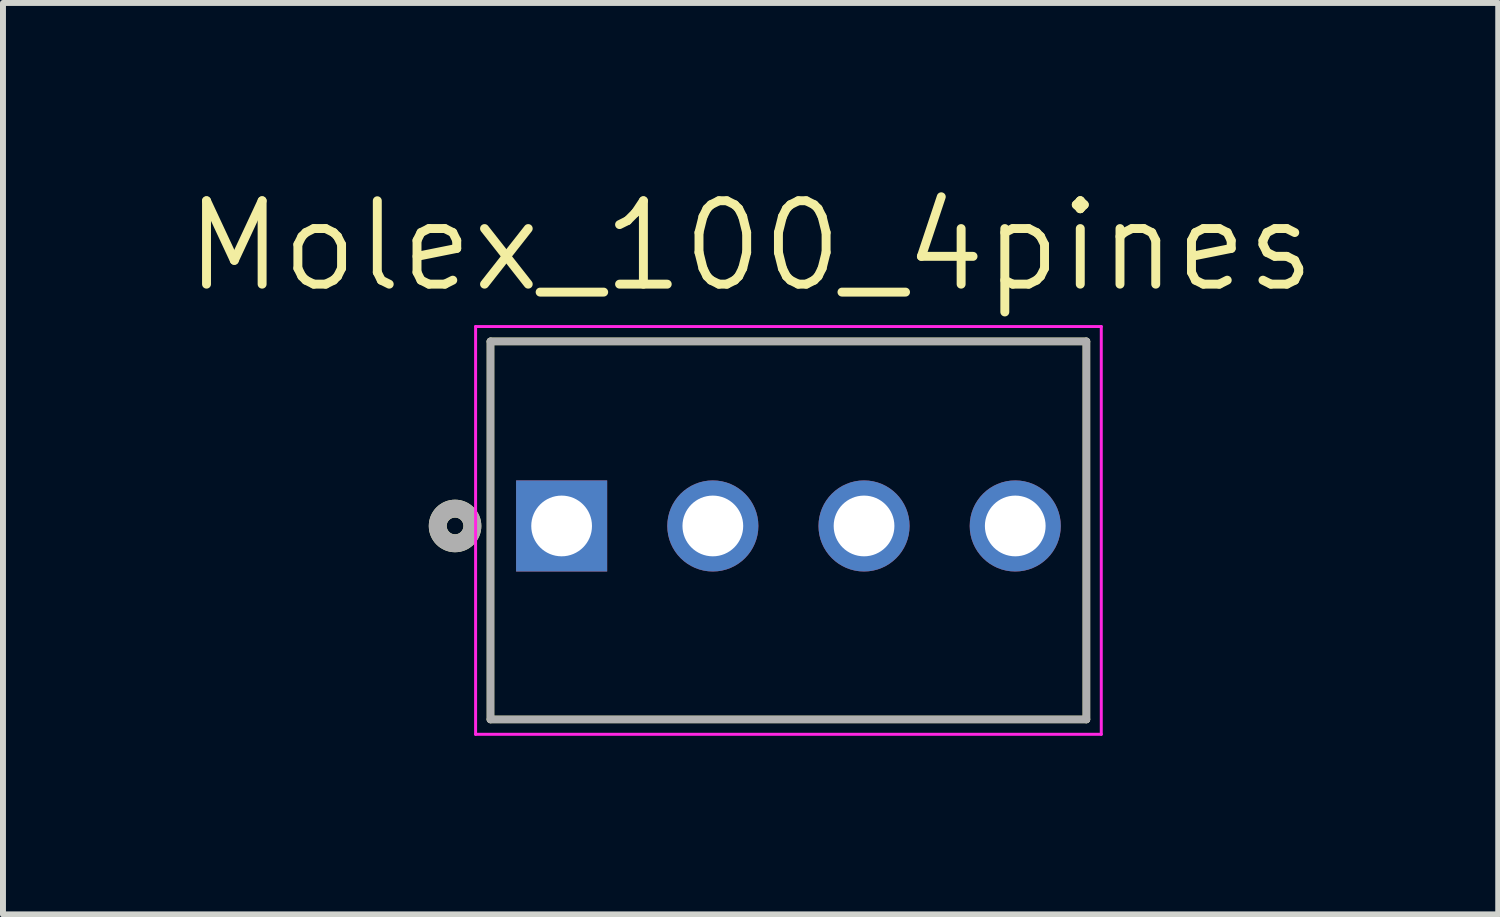
<source format=kicad_pcb>
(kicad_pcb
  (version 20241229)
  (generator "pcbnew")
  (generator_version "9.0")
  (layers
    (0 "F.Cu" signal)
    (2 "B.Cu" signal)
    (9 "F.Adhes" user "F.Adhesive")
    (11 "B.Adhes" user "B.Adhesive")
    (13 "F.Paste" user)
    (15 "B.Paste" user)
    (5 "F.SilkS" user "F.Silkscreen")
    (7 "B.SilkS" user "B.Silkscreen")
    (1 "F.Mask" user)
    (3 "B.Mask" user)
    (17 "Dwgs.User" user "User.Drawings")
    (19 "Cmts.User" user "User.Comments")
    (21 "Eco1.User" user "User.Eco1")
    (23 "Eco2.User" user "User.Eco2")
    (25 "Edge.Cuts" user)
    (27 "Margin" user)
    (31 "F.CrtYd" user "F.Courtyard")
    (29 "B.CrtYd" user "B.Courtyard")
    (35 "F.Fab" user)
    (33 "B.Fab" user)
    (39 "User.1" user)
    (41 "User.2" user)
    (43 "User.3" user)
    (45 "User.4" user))
  (footprint "Molex_100_4pines"
    (layer "F.Cu")
    (at 10.194 5.785)
    (property "Reference" "Molex_100_4pines" (at -0.635 -4.702 0) (layer "F.SilkS") (effects (font (size 1.401 1.401) (thickness 0.15))))
    (attr through_hole)
    (fp_line (start -5.005 -3.1) (end 5.005 -3.1) (stroke (width 0.127) (type solid)) (layer "F.SilkS"))
    (fp_line (start -5.005 3.25) (end -5.005 -3.1) (stroke (width 0.127) (type solid)) (layer "F.SilkS"))
    (fp_line (start 5.005 -3.1) (end 5.005 3.25) (stroke (width 0.127) (type solid)) (layer "F.SilkS"))
    (fp_line (start 5.005 3.25) (end -5.005 3.25) (stroke (width 0.127) (type solid)) (layer "F.SilkS"))
    (fp_circle (center -5.6 0) (end -5.459 0) (stroke (width 0.3) (type solid)) (fill no) (layer "F.SilkS"))
    (fp_line (start -5.255 -3.35) (end 5.255 -3.35) (stroke (width 0.05) (type solid)) (layer "F.CrtYd"))
    (fp_line (start -5.255 3.5) (end -5.255 -3.35) (stroke (width 0.05) (type solid)) (layer "F.CrtYd"))
    (fp_line (start 5.255 -3.35) (end 5.255 3.5) (stroke (width 0.05) (type solid)) (layer "F.CrtYd"))
    (fp_line (start 5.255 3.5) (end -5.255 3.5) (stroke (width 0.05) (type solid)) (layer "F.CrtYd"))
    (fp_line (start -5.005 -3.1) (end 5.005 -3.1) (stroke (width 0.127) (type solid)) (layer "F.Fab"))
    (fp_line (start -5.005 3.25) (end -5.005 -3.1) (stroke (width 0.127) (type solid)) (layer "F.Fab"))
    (fp_line (start 5.005 -3.1) (end 5.005 3.25) (stroke (width 0.127) (type solid)) (layer "F.Fab"))
    (fp_line (start 5.005 3.25) (end -5.005 3.25) (stroke (width 0.127) (type solid)) (layer "F.Fab"))
    (fp_circle (center -5.6 0) (end -5.459 0) (stroke (width 0.3) (type solid)) (fill no) (layer "F.Fab"))
    (pad "1" thru_hole rect (at -3.81 0) (size 1.53 1.53) (drill 1.02) (layers "*.Cu" "*.Mask"))
    (pad "2" thru_hole circle (at -1.27 0) (size 1.53 1.53) (drill 1.02) (layers "*.Cu" "*.Mask"))
    (pad "3" thru_hole circle (at 1.27 0) (size 1.53 1.53) (drill 1.02) (layers "*.Cu" "*.Mask"))
    (pad "4" thru_hole circle (at 3.81 0) (size 1.53 1.53) (drill 1.02) (layers "*.Cu" "*.Mask")))
  (gr_rect
    (start -3 -3)
    (end 22.117 12.31)
    (stroke (width 0.1) (type default))
    (fill no)
    (layer "Edge.Cuts")))
</source>
